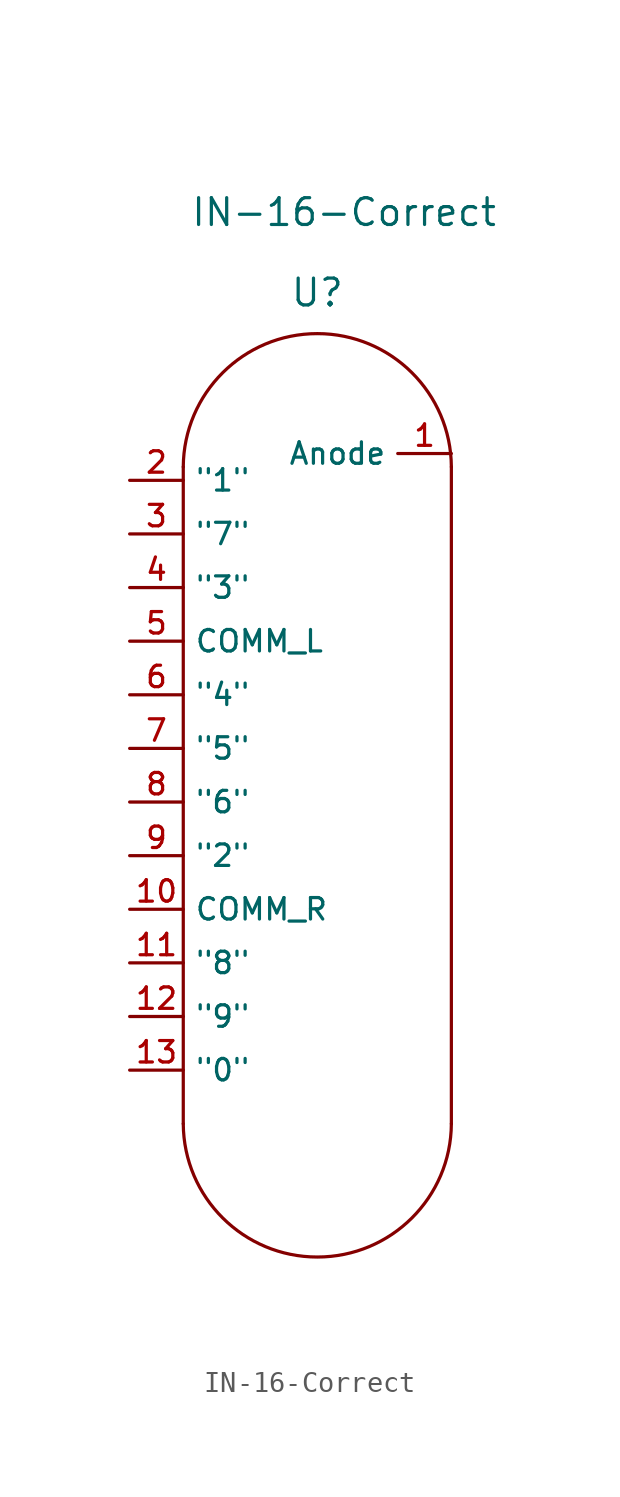
<source format=kicad_sym>
(kicad_symbol_lib
  (version 20211014)
  (generator kicad_symbol_editor)
  (symbol "IN-16-Correct"
    (property "Reference" "U"
      (at 0 22.86 0)
      (effects (font (size 1.27 1.27))))
    (property "Value" "IN-16-Correct"
      (at 1.27 26.67 0)
      (effects (font (size 1.27 1.27))))
    (symbol "IN-16-Correct_1_0"
      (polyline (pts (xy -6.35 -16.51) (xy -6.35 14.605)) (stroke (width 0) (type default) (color 0 0 0 0)) (fill (type none)))
      (polyline (pts (xy 6.35 -16.51) (xy 6.35 14.605)) (stroke (width 0) (type default) (color 0 0 0 0)) (fill (type none))))
    (symbol "IN-16-Correct_1_1"
      (arc (start -6.35 -16.51) (mid 0 -22.86) (end 6.35 -16.51) (stroke (width 0) (type default) (color 0 0 0 0)) (fill (type none)))
      (arc (start 6.35 14.605) (mid 0 20.955) (end -6.35 14.605) (stroke (width 0) (type default) (color 0 0 0 0)) (fill (type none)))
      (pin bidirectional line (at 6.35 15.24 180) (length 2.54) (name "Anode" (effects (font (size 1.016 1.016)))) (number "1" (effects (font (size 1.016 1.016)))))
      (pin bidirectional line (at -8.89 -6.35 0) (length 2.54) (name "COMM_R" (effects (font (size 1.016 1.016)))) (number "10" (effects (font (size 1.016 1.016)))))
      (pin bidirectional line (at -8.89 -8.89 0) (length 2.54) (name "\"8\"" (effects (font (size 1.016 1.016)))) (number "11" (effects (font (size 1.016 1.016)))))
      (pin bidirectional line (at -8.89 -11.43 0) (length 2.54) (name "\"9\"" (effects (font (size 1.016 1.016)))) (number "12" (effects (font (size 1.016 1.016)))))
      (pin bidirectional line (at -8.89 -13.97 0) (length 2.54) (name "\"0\"" (effects (font (size 1.016 1.016)))) (number "13" (effects (font (size 1.016 1.016)))))
      (pin bidirectional line (at -8.89 13.97 0) (length 2.54) (name "\"1\"" (effects (font (size 1.016 1.016)))) (number "2" (effects (font (size 1.016 1.016)))))
      (pin bidirectional line (at -8.89 11.43 0) (length 2.54) (name "\"7\"" (effects (font (size 1.016 1.016)))) (number "3" (effects (font (size 1.016 1.016)))))
      (pin bidirectional line (at -8.89 8.89 0) (length 2.54) (name "\"3\"" (effects (font (size 1.016 1.016)))) (number "4" (effects (font (size 1.016 1.016)))))
      (pin bidirectional line (at -8.89 6.35 0) (length 2.54) (name "COMM_L" (effects (font (size 1.016 1.016)))) (number "5" (effects (font (size 1.016 1.016)))))
      (pin bidirectional line (at -8.89 3.81 0) (length 2.54) (name "\"4\"" (effects (font (size 1.016 1.016)))) (number "6" (effects (font (size 1.016 1.016)))))
      (pin bidirectional line (at -8.89 1.27 0) (length 2.54) (name "\"5\"" (effects (font (size 1.016 1.016)))) (number "7" (effects (font (size 1.016 1.016)))))
      (pin bidirectional line (at -8.89 -1.27 0) (length 2.54) (name "\"6\"" (effects (font (size 1.016 1.016)))) (number "8" (effects (font (size 1.016 1.016)))))
      (pin bidirectional line (at -8.89 -3.81 0) (length 2.54) (name "\"2\"" (effects (font (size 1.016 1.016)))) (number "9" (effects (font (size 1.016 1.016))))))))
</source>
